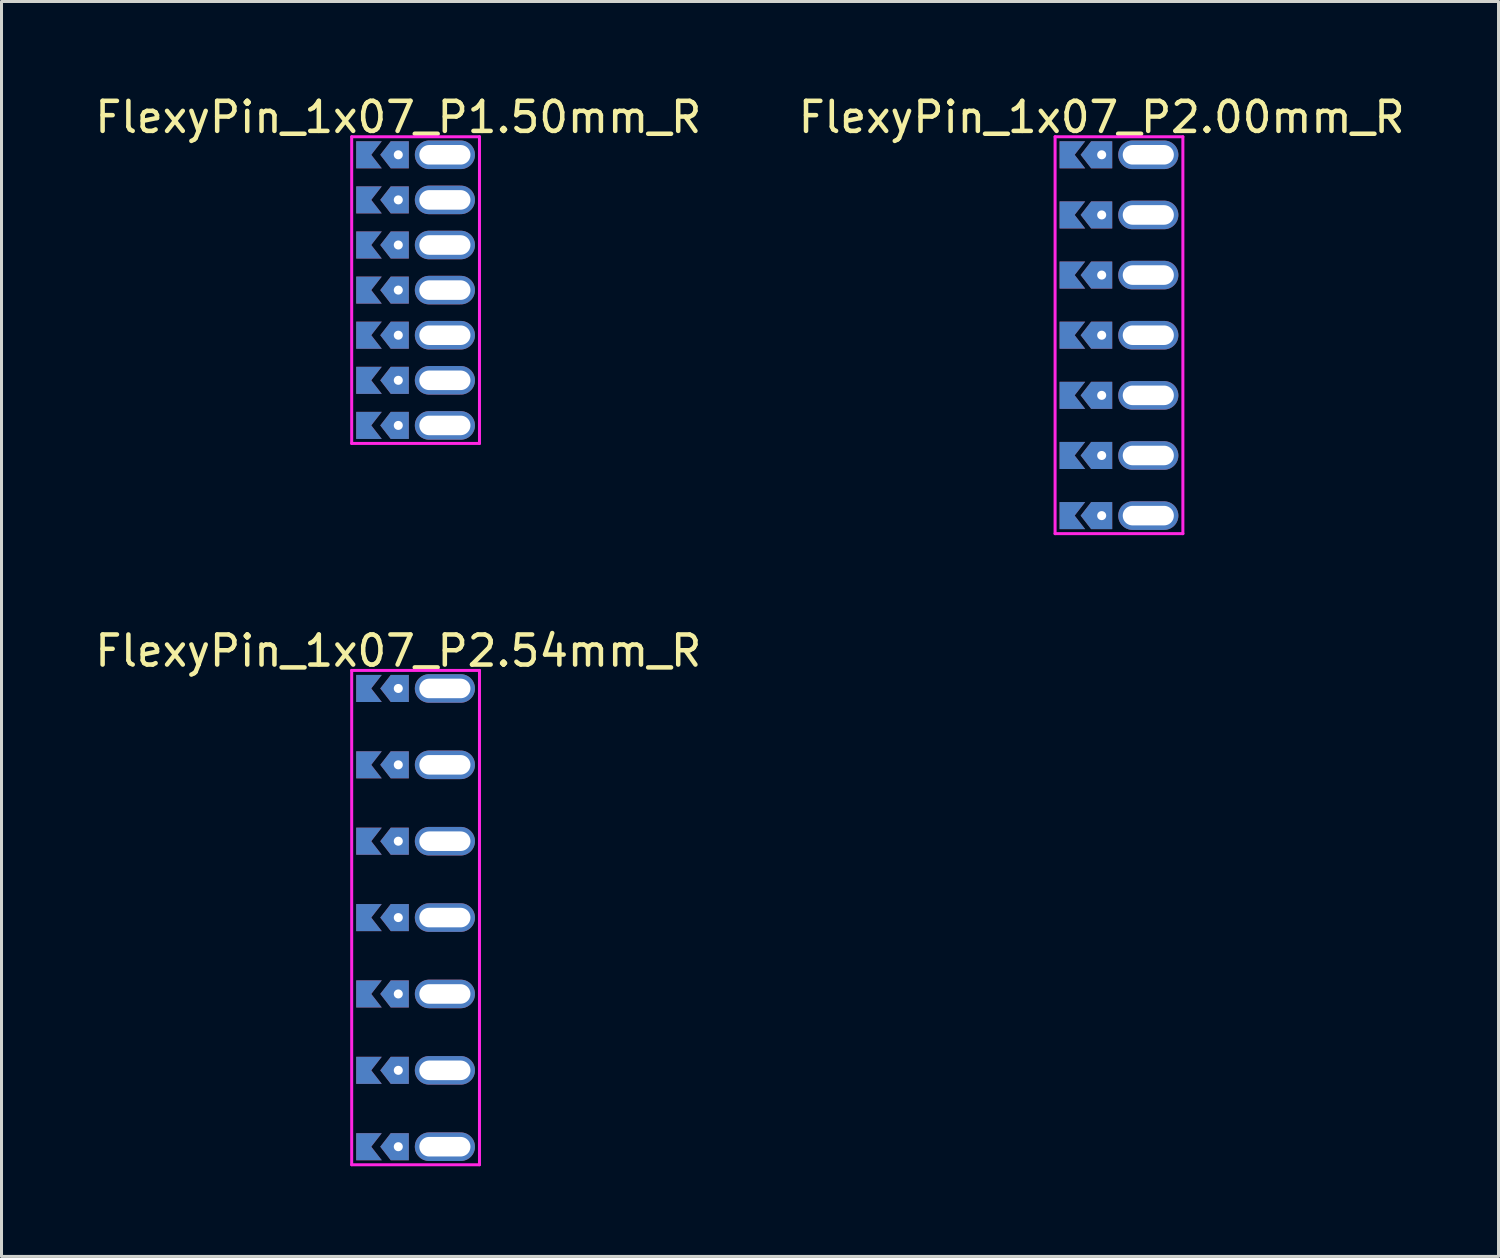
<source format=kicad_pcb>
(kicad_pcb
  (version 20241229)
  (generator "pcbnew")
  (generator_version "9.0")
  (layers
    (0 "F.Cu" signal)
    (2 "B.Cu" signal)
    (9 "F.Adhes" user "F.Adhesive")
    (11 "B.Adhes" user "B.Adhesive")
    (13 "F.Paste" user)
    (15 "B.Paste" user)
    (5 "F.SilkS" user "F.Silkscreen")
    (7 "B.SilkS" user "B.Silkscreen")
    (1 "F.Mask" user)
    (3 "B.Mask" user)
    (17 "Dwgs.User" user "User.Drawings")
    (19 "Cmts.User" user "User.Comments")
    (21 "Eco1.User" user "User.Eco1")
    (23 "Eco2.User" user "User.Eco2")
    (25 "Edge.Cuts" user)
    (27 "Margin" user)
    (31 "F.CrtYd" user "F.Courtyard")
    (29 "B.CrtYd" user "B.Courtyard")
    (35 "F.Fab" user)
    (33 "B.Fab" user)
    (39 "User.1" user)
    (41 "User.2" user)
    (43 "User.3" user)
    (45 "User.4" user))
  (footprint "FlexyPin_1x07_P2.00mm_R"
    (layer "F.Cu")
    (at 33.589 2.098)
    (property "Reference" "FlexyPin_1x07_P2.00mm_R" (at 0 -1.25 0) (layer "F.SilkS") (effects (font (size 1 1) (thickness 0.15))))
    (attr through_hole)
    (fp_line (start -1.55 -0.6) (end 2.7 -0.6) (stroke (width 0.1) (type solid)) (layer "F.CrtYd"))
    (fp_line (start -1.55 12.6) (end -1.55 -0.6) (stroke (width 0.1) (type solid)) (layer "F.CrtYd"))
    (fp_line (start 2.7 -0.6) (end 2.7 12.6) (stroke (width 0.1) (type solid)) (layer "F.CrtYd"))
    (fp_line (start 2.7 12.6) (end -1.55 12.6) (stroke (width 0.1) (type solid)) (layer "F.CrtYd"))
    (pad "" thru_hole custom (at 0 0) (size 0.3 0.3) (drill 0.6) (layers "*.Cu" "*.Mask") (options (anchor rect)) (primitives (gr_poly (pts (xy 0.35 0.45) (xy 0.35 -0.45) (xy -0.35 -0.45) (xy -0.7 0) (xy -0.35 0.45)) (width 0) (fill yes))))
    (pad "" thru_hole custom (at 0 2) (size 0.3 0.3) (drill 0.6) (layers "*.Cu" "*.Mask") (options (anchor rect)) (primitives (gr_poly (pts (xy 0.35 0.45) (xy 0.35 -0.45) (xy -0.35 -0.45) (xy -0.7 0) (xy -0.35 0.45)) (width 0) (fill yes))))
    (pad "" thru_hole custom (at 0 4) (size 0.3 0.3) (drill 0.6) (layers "*.Cu" "*.Mask") (options (anchor rect)) (primitives (gr_poly (pts (xy 0.35 0.45) (xy 0.35 -0.45) (xy -0.35 -0.45) (xy -0.7 0) (xy -0.35 0.45)) (width 0) (fill yes))))
    (pad "" thru_hole custom (at 0 6) (size 0.3 0.3) (drill 0.6) (layers "*.Cu" "*.Mask") (options (anchor rect)) (primitives (gr_poly (pts (xy 0.35 0.45) (xy 0.35 -0.45) (xy -0.35 -0.45) (xy -0.7 0) (xy -0.35 0.45)) (width 0) (fill yes))))
    (pad "" thru_hole custom (at 0 8) (size 0.3 0.3) (drill 0.6) (layers "*.Cu" "*.Mask") (options (anchor rect)) (primitives (gr_poly (pts (xy 0.35 0.45) (xy 0.35 -0.45) (xy -0.35 -0.45) (xy -0.7 0) (xy -0.35 0.45)) (width 0) (fill yes))))
    (pad "" thru_hole custom (at 0 10) (size 0.3 0.3) (drill 0.6) (layers "*.Cu" "*.Mask") (options (anchor rect)) (primitives (gr_poly (pts (xy 0.35 0.45) (xy 0.35 -0.45) (xy -0.35 -0.45) (xy -0.7 0) (xy -0.35 0.45)) (width 0) (fill yes))))
    (pad "" thru_hole custom (at 0 12) (size 0.3 0.3) (drill 0.6) (layers "*.Cu" "*.Mask") (options (anchor rect)) (primitives (gr_poly (pts (xy 0.35 0.45) (xy 0.35 -0.45) (xy -0.35 -0.45) (xy -0.7 0) (xy -0.35 0.45)) (width 0) (fill yes))))
    (pad "" thru_hole oval (at 1.55 0) (size 2 0.95) (drill oval 1.7 0.65) (layers "*.Cu" "*.Mask"))
    (pad "" thru_hole oval (at 1.55 2) (size 2 0.95) (drill oval 1.7 0.65) (layers "*.Cu" "*.Mask"))
    (pad "" thru_hole oval (at 1.55 4) (size 2 0.95) (drill oval 1.7 0.65) (layers "*.Cu" "*.Mask"))
    (pad "" thru_hole oval (at 1.55 6) (size 2 0.95) (drill oval 1.7 0.65) (layers "*.Cu" "*.Mask"))
    (pad "" thru_hole oval (at 1.55 8) (size 2 0.95) (drill oval 1.7 0.65) (layers "*.Cu" "*.Mask"))
    (pad "" thru_hole oval (at 1.55 10) (size 2 0.95) (drill oval 1.7 0.65) (layers "*.Cu" "*.Mask"))
    (pad "" thru_hole oval (at 1.55 12) (size 2 0.95) (drill oval 1.7 0.65) (layers "*.Cu" "*.Mask"))
    (pad "1" smd custom (at -0.9 0) (size 0.01 0.01) (layers "F.Cu" "F.Mask") (options (anchor rect)) (primitives (gr_poly (pts (xy 0 0) (xy 0.35 0.45) (xy -0.5 0.45) (xy -0.5 -0.45) (xy 0.35 -0.45)) (width 0) (fill yes))))
    (pad "1" smd custom (at -0.9 2) (size 0.01 0.01) (layers "F.Cu" "F.Mask") (options (anchor rect)) (primitives (gr_poly (pts (xy 0 0) (xy 0.35 0.45) (xy -0.5 0.45) (xy -0.5 -0.45) (xy 0.35 -0.45)) (width 0) (fill yes))))
    (pad "1" smd custom (at -0.9 4) (size 0.01 0.01) (layers "F.Cu" "F.Mask") (options (anchor rect)) (primitives (gr_poly (pts (xy 0 0) (xy 0.35 0.45) (xy -0.5 0.45) (xy -0.5 -0.45) (xy 0.35 -0.45)) (width 0) (fill yes))))
    (pad "1" smd custom (at -0.9 6) (size 0.01 0.01) (layers "F.Cu" "F.Mask") (options (anchor rect)) (primitives (gr_poly (pts (xy 0 0) (xy 0.35 0.45) (xy -0.5 0.45) (xy -0.5 -0.45) (xy 0.35 -0.45)) (width 0) (fill yes))))
    (pad "1" smd custom (at -0.9 8) (size 0.01 0.01) (layers "F.Cu" "F.Mask") (options (anchor rect)) (primitives (gr_poly (pts (xy 0 0) (xy 0.35 0.45) (xy -0.5 0.45) (xy -0.5 -0.45) (xy 0.35 -0.45)) (width 0) (fill yes))))
    (pad "1" smd custom (at -0.9 10) (size 0.01 0.01) (layers "F.Cu" "F.Mask") (options (anchor rect)) (primitives (gr_poly (pts (xy 0 0) (xy 0.35 0.45) (xy -0.5 0.45) (xy -0.5 -0.45) (xy 0.35 -0.45)) (width 0) (fill yes))))
    (pad "1" smd custom (at -0.9 12) (size 0.01 0.01) (layers "F.Cu" "F.Mask") (options (anchor rect)) (primitives (gr_poly (pts (xy 0 0) (xy 0.35 0.45) (xy -0.5 0.45) (xy -0.5 -0.45) (xy 0.35 -0.45)) (width 0) (fill yes))))
    (pad "2" smd custom (at -0.9 0) (size 0.01 0.01) (layers "B.Cu" "B.Mask") (options (anchor rect)) (primitives (gr_poly (pts (xy 0 0) (xy 0.35 0.45) (xy -0.5 0.45) (xy -0.5 -0.45) (xy 0.35 -0.45)) (width 0) (fill yes))))
    (pad "2" smd custom (at -0.9 2) (size 0.01 0.01) (layers "B.Cu" "B.Mask") (options (anchor rect)) (primitives (gr_poly (pts (xy 0 0) (xy 0.35 0.45) (xy -0.5 0.45) (xy -0.5 -0.45) (xy 0.35 -0.45)) (width 0) (fill yes))))
    (pad "2" smd custom (at -0.9 4) (size 0.01 0.01) (layers "B.Cu" "B.Mask") (options (anchor rect)) (primitives (gr_poly (pts (xy 0 0) (xy 0.35 0.45) (xy -0.5 0.45) (xy -0.5 -0.45) (xy 0.35 -0.45)) (width 0) (fill yes))))
    (pad "2" smd custom (at -0.9 6) (size 0.01 0.01) (layers "B.Cu" "B.Mask") (options (anchor rect)) (primitives (gr_poly (pts (xy 0 0) (xy 0.35 0.45) (xy -0.5 0.45) (xy -0.5 -0.45) (xy 0.35 -0.45)) (width 0) (fill yes))))
    (pad "2" smd custom (at -0.9 8) (size 0.01 0.01) (layers "B.Cu" "B.Mask") (options (anchor rect)) (primitives (gr_poly (pts (xy 0 0) (xy 0.35 0.45) (xy -0.5 0.45) (xy -0.5 -0.45) (xy 0.35 -0.45)) (width 0) (fill yes))))
    (pad "2" smd custom (at -0.9 10) (size 0.01 0.01) (layers "B.Cu" "B.Mask") (options (anchor rect)) (primitives (gr_poly (pts (xy 0 0) (xy 0.35 0.45) (xy -0.5 0.45) (xy -0.5 -0.45) (xy 0.35 -0.45)) (width 0) (fill yes))))
    (pad "2" smd custom (at -0.9 12) (size 0.01 0.01) (layers "B.Cu" "B.Mask") (options (anchor rect)) (primitives (gr_poly (pts (xy 0 0) (xy 0.35 0.45) (xy -0.5 0.45) (xy -0.5 -0.45) (xy 0.35 -0.45)) (width 0) (fill yes)))))
  (footprint "FlexyPin_1x07_P1.50mm_R"
    (layer "F.Cu")
    (at 10.196 2.098)
    (property "Reference" "FlexyPin_1x07_P1.50mm_R" (at 0 -1.25 0) (layer "F.SilkS") (effects (font (size 1 1) (thickness 0.15))))
    (attr through_hole)
    (fp_line (start -1.55 -0.6) (end 2.7 -0.6) (stroke (width 0.1) (type solid)) (layer "F.CrtYd"))
    (fp_line (start -1.55 9.6) (end -1.55 -0.6) (stroke (width 0.1) (type solid)) (layer "F.CrtYd"))
    (fp_line (start 2.7 -0.6) (end 2.7 9.6) (stroke (width 0.1) (type solid)) (layer "F.CrtYd"))
    (fp_line (start 2.7 9.6) (end -1.55 9.6) (stroke (width 0.1) (type solid)) (layer "F.CrtYd"))
    (pad "" thru_hole custom (at 0 0) (size 0.3 0.3) (drill 0.6) (layers "*.Cu" "*.Mask") (options (anchor rect)) (primitives (gr_poly (pts (xy 0.35 0.45) (xy 0.35 -0.45) (xy -0.25 -0.45) (xy -0.6 0) (xy -0.25 0.45)) (width 0) (fill yes))))
    (pad "" thru_hole custom (at 0 1.5) (size 0.3 0.3) (drill 0.6) (layers "*.Cu" "*.Mask") (options (anchor rect)) (primitives (gr_poly (pts (xy 0.35 0.45) (xy 0.35 -0.45) (xy -0.25 -0.45) (xy -0.6 0) (xy -0.25 0.45)) (width 0) (fill yes))))
    (pad "" thru_hole custom (at 0 3) (size 0.3 0.3) (drill 0.6) (layers "*.Cu" "*.Mask") (options (anchor rect)) (primitives (gr_poly (pts (xy 0.35 0.45) (xy 0.35 -0.45) (xy -0.25 -0.45) (xy -0.6 0) (xy -0.25 0.45)) (width 0) (fill yes))))
    (pad "" thru_hole custom (at 0 4.5) (size 0.3 0.3) (drill 0.6) (layers "*.Cu" "*.Mask") (options (anchor rect)) (primitives (gr_poly (pts (xy 0.35 0.45) (xy 0.35 -0.45) (xy -0.25 -0.45) (xy -0.6 0) (xy -0.25 0.45)) (width 0) (fill yes))))
    (pad "" thru_hole custom (at 0 6) (size 0.3 0.3) (drill 0.6) (layers "*.Cu" "*.Mask") (options (anchor rect)) (primitives (gr_poly (pts (xy 0.35 0.45) (xy 0.35 -0.45) (xy -0.25 -0.45) (xy -0.6 0) (xy -0.25 0.45)) (width 0) (fill yes))))
    (pad "" thru_hole custom (at 0 7.5) (size 0.3 0.3) (drill 0.6) (layers "*.Cu" "*.Mask") (options (anchor rect)) (primitives (gr_poly (pts (xy 0.35 0.45) (xy 0.35 -0.45) (xy -0.25 -0.45) (xy -0.6 0) (xy -0.25 0.45)) (width 0) (fill yes))))
    (pad "" thru_hole custom (at 0 9) (size 0.3 0.3) (drill 0.6) (layers "*.Cu" "*.Mask") (options (anchor rect)) (primitives (gr_poly (pts (xy 0.35 0.45) (xy 0.35 -0.45) (xy -0.25 -0.45) (xy -0.6 0) (xy -0.25 0.45)) (width 0) (fill yes))))
    (pad "" thru_hole oval (at 1.55 0) (size 2 0.95) (drill oval 1.7 0.65) (layers "*.Cu" "*.Mask"))
    (pad "" thru_hole oval (at 1.55 1.5) (size 2 0.95) (drill oval 1.7 0.65) (layers "*.Cu" "*.Mask"))
    (pad "" thru_hole oval (at 1.55 3) (size 2 0.95) (drill oval 1.7 0.65) (layers "*.Cu" "*.Mask"))
    (pad "" thru_hole oval (at 1.55 4.5) (size 2 0.95) (drill oval 1.7 0.65) (layers "*.Cu" "*.Mask"))
    (pad "" thru_hole oval (at 1.55 6) (size 2 0.95) (drill oval 1.7 0.65) (layers "*.Cu" "*.Mask"))
    (pad "" thru_hole oval (at 1.55 7.5) (size 2 0.95) (drill oval 1.7 0.65) (layers "*.Cu" "*.Mask"))
    (pad "" thru_hole oval (at 1.55 9) (size 2 0.95) (drill oval 1.7 0.65) (layers "*.Cu" "*.Mask"))
    (pad "1" smd custom (at -0.9 0) (size 0.01 0.01) (layers "F.Cu" "F.Mask") (options (anchor rect)) (primitives (gr_poly (pts (xy 0 0) (xy 0.35 0.45) (xy -0.5 0.45) (xy -0.5 -0.45) (xy 0.35 -0.45)) (width 0) (fill yes))))
    (pad "2" smd custom (at -0.9 1.5) (size 0.01 0.01) (layers "F.Cu" "F.Mask") (options (anchor rect)) (primitives (gr_poly (pts (xy 0 0) (xy 0.35 0.45) (xy -0.5 0.45) (xy -0.5 -0.45) (xy 0.35 -0.45)) (width 0) (fill yes))))
    (pad "3" smd custom (at -0.9 3) (size 0.01 0.01) (layers "F.Cu" "F.Mask") (options (anchor rect)) (primitives (gr_poly (pts (xy 0 0) (xy 0.35 0.45) (xy -0.5 0.45) (xy -0.5 -0.45) (xy 0.35 -0.45)) (width 0) (fill yes))))
    (pad "4" smd custom (at -0.9 4.5) (size 0.01 0.01) (layers "F.Cu" "F.Mask") (options (anchor rect)) (primitives (gr_poly (pts (xy 0 0) (xy 0.35 0.45) (xy -0.5 0.45) (xy -0.5 -0.45) (xy 0.35 -0.45)) (width 0) (fill yes))))
    (pad "5" smd custom (at -0.9 6) (size 0.01 0.01) (layers "F.Cu" "F.Mask") (options (anchor rect)) (primitives (gr_poly (pts (xy 0 0) (xy 0.35 0.45) (xy -0.5 0.45) (xy -0.5 -0.45) (xy 0.35 -0.45)) (width 0) (fill yes))))
    (pad "6" smd custom (at -0.9 7.5) (size 0.01 0.01) (layers "F.Cu" "F.Mask") (options (anchor rect)) (primitives (gr_poly (pts (xy 0 0) (xy 0.35 0.45) (xy -0.5 0.45) (xy -0.5 -0.45) (xy 0.35 -0.45)) (width 0) (fill yes))))
    (pad "7" smd custom (at -0.9 9) (size 0.01 0.01) (layers "F.Cu" "F.Mask") (options (anchor rect)) (primitives (gr_poly (pts (xy 0 0) (xy 0.35 0.45) (xy -0.5 0.45) (xy -0.5 -0.45) (xy 0.35 -0.45)) (width 0) (fill yes))))
    (pad "8" smd custom (at -0.9 0) (size 0.01 0.01) (layers "B.Cu" "B.Mask") (options (anchor rect)) (primitives (gr_poly (pts (xy 0 0) (xy 0.35 0.45) (xy -0.5 0.45) (xy -0.5 -0.45) (xy 0.35 -0.45)) (width 0) (fill yes))))
    (pad "9" smd custom (at -0.9 1.5) (size 0.01 0.01) (layers "B.Cu" "B.Mask") (options (anchor rect)) (primitives (gr_poly (pts (xy 0 0) (xy 0.35 0.45) (xy -0.5 0.45) (xy -0.5 -0.45) (xy 0.35 -0.45)) (width 0) (fill yes))))
    (pad "10" smd custom (at -0.9 3) (size 0.01 0.01) (layers "B.Cu" "B.Mask") (options (anchor rect)) (primitives (gr_poly (pts (xy 0 0) (xy 0.35 0.45) (xy -0.5 0.45) (xy -0.5 -0.45) (xy 0.35 -0.45)) (width 0) (fill yes))))
    (pad "11" smd custom (at -0.9 4.5) (size 0.01 0.01) (layers "B.Cu" "B.Mask") (options (anchor rect)) (primitives (gr_poly (pts (xy 0 0) (xy 0.35 0.45) (xy -0.5 0.45) (xy -0.5 -0.45) (xy 0.35 -0.45)) (width 0) (fill yes))))
    (pad "12" smd custom (at -0.9 6) (size 0.01 0.01) (layers "B.Cu" "B.Mask") (options (anchor rect)) (primitives (gr_poly (pts (xy 0 0) (xy 0.35 0.45) (xy -0.5 0.45) (xy -0.5 -0.45) (xy 0.35 -0.45)) (width 0) (fill yes))))
    (pad "13" smd custom (at -0.9 7.5) (size 0.01 0.01) (layers "B.Cu" "B.Mask") (options (anchor rect)) (primitives (gr_poly (pts (xy 0 0) (xy 0.35 0.45) (xy -0.5 0.45) (xy -0.5 -0.45) (xy 0.35 -0.45)) (width 0) (fill yes))))
    (pad "14" smd custom (at -0.9 9) (size 0.01 0.01) (layers "B.Cu" "B.Mask") (options (anchor rect)) (primitives (gr_poly (pts (xy 0 0) (xy 0.35 0.45) (xy -0.5 0.45) (xy -0.5 -0.45) (xy 0.35 -0.45)) (width 0) (fill yes)))))
  (footprint "FlexyPin_1x07_P2.54mm_R"
    (layer "F.Cu")
    (at 10.196 19.846)
    (property "Reference" "FlexyPin_1x07_P2.54mm_R" (at 0 -1.25 0) (layer "F.SilkS") (effects (font (size 1 1) (thickness 0.15))))
    (attr through_hole)
    (fp_line (start -1.55 -0.6) (end 2.7 -0.6) (stroke (width 0.1) (type solid)) (layer "F.CrtYd"))
    (fp_line (start -1.55 15.84) (end -1.55 -0.6) (stroke (width 0.1) (type solid)) (layer "F.CrtYd"))
    (fp_line (start 2.7 -0.6) (end 2.7 15.84) (stroke (width 0.1) (type solid)) (layer "F.CrtYd"))
    (fp_line (start 2.7 15.84) (end -1.55 15.84) (stroke (width 0.1) (type solid)) (layer "F.CrtYd"))
    (pad "" thru_hole custom (at 0 0) (size 0.3 0.3) (drill 0.6) (layers "*.Cu" "*.Mask") (options (anchor rect)) (primitives (gr_poly (pts (xy 0.35 0.45) (xy 0.35 -0.45) (xy -0.25 -0.45) (xy -0.6 0) (xy -0.25 0.45)) (width 0) (fill yes))))
    (pad "" thru_hole custom (at 0 2.54) (size 0.3 0.3) (drill 0.6) (layers "*.Cu" "*.Mask") (options (anchor rect)) (primitives (gr_poly (pts (xy 0.35 0.45) (xy 0.35 -0.45) (xy -0.25 -0.45) (xy -0.6 0) (xy -0.25 0.45)) (width 0) (fill yes))))
    (pad "" thru_hole custom (at 0 5.08) (size 0.3 0.3) (drill 0.6) (layers "*.Cu" "*.Mask") (options (anchor rect)) (primitives (gr_poly (pts (xy 0.35 0.45) (xy 0.35 -0.45) (xy -0.25 -0.45) (xy -0.6 0) (xy -0.25 0.45)) (width 0) (fill yes))))
    (pad "" thru_hole custom (at 0 7.62) (size 0.3 0.3) (drill 0.6) (layers "*.Cu" "*.Mask") (options (anchor rect)) (primitives (gr_poly (pts (xy 0.35 0.45) (xy 0.35 -0.45) (xy -0.25 -0.45) (xy -0.6 0) (xy -0.25 0.45)) (width 0) (fill yes))))
    (pad "" thru_hole custom (at 0 10.16) (size 0.3 0.3) (drill 0.6) (layers "*.Cu" "*.Mask") (options (anchor rect)) (primitives (gr_poly (pts (xy 0.35 0.45) (xy 0.35 -0.45) (xy -0.25 -0.45) (xy -0.6 0) (xy -0.25 0.45)) (width 0) (fill yes))))
    (pad "" thru_hole custom (at 0 12.7) (size 0.3 0.3) (drill 0.6) (layers "*.Cu" "*.Mask") (options (anchor rect)) (primitives (gr_poly (pts (xy 0.35 0.45) (xy 0.35 -0.45) (xy -0.25 -0.45) (xy -0.6 0) (xy -0.25 0.45)) (width 0) (fill yes))))
    (pad "" thru_hole custom (at 0 15.24) (size 0.3 0.3) (drill 0.6) (layers "*.Cu" "*.Mask") (options (anchor rect)) (primitives (gr_poly (pts (xy 0.35 0.45) (xy 0.35 -0.45) (xy -0.25 -0.45) (xy -0.6 0) (xy -0.25 0.45)) (width 0) (fill yes))))
    (pad "" thru_hole oval (at 1.55 0) (size 2 0.95) (drill oval 1.7 0.65) (layers "*.Cu" "*.Mask"))
    (pad "" thru_hole oval (at 1.55 2.54) (size 2 0.95) (drill oval 1.7 0.65) (layers "*.Cu" "*.Mask"))
    (pad "" thru_hole oval (at 1.55 5.08) (size 2 0.95) (drill oval 1.7 0.65) (layers "*.Cu" "*.Mask"))
    (pad "" thru_hole oval (at 1.55 7.62) (size 2 0.95) (drill oval 1.7 0.65) (layers "*.Cu" "*.Mask"))
    (pad "" thru_hole oval (at 1.55 10.16) (size 2 0.95) (drill oval 1.7 0.65) (layers "*.Cu" "*.Mask"))
    (pad "" thru_hole oval (at 1.55 12.7) (size 2 0.95) (drill oval 1.7 0.65) (layers "*.Cu" "*.Mask"))
    (pad "" thru_hole oval (at 1.55 15.24) (size 2 0.95) (drill oval 1.7 0.65) (layers "*.Cu" "*.Mask"))
    (pad "1" smd custom (at -0.9 0) (size 0.01 0.01) (layers "F.Cu" "F.Mask") (options (anchor rect)) (primitives (gr_poly (pts (xy 0 0) (xy 0.35 0.45) (xy -0.5 0.45) (xy -0.5 -0.45) (xy 0.35 -0.45)) (width 0) (fill yes))))
    (pad "2" smd custom (at -0.9 2.54) (size 0.01 0.01) (layers "F.Cu" "F.Mask") (options (anchor rect)) (primitives (gr_poly (pts (xy 0 0) (xy 0.35 0.45) (xy -0.5 0.45) (xy -0.5 -0.45) (xy 0.35 -0.45)) (width 0) (fill yes))))
    (pad "3" smd custom (at -0.9 5.08) (size 0.01 0.01) (layers "F.Cu" "F.Mask") (options (anchor rect)) (primitives (gr_poly (pts (xy 0 0) (xy 0.35 0.45) (xy -0.5 0.45) (xy -0.5 -0.45) (xy 0.35 -0.45)) (width 0) (fill yes))))
    (pad "4" smd custom (at -0.9 7.62) (size 0.01 0.01) (layers "F.Cu" "F.Mask") (options (anchor rect)) (primitives (gr_poly (pts (xy 0 0) (xy 0.35 0.45) (xy -0.5 0.45) (xy -0.5 -0.45) (xy 0.35 -0.45)) (width 0) (fill yes))))
    (pad "5" smd custom (at -0.9 10.16) (size 0.01 0.01) (layers "F.Cu" "F.Mask") (options (anchor rect)) (primitives (gr_poly (pts (xy 0 0) (xy 0.35 0.45) (xy -0.5 0.45) (xy -0.5 -0.45) (xy 0.35 -0.45)) (width 0) (fill yes))))
    (pad "6" smd custom (at -0.9 12.7) (size 0.01 0.01) (layers "F.Cu" "F.Mask") (options (anchor rect)) (primitives (gr_poly (pts (xy 0 0) (xy 0.35 0.45) (xy -0.5 0.45) (xy -0.5 -0.45) (xy 0.35 -0.45)) (width 0) (fill yes))))
    (pad "7" smd custom (at -0.9 15.24) (size 0.01 0.01) (layers "F.Cu" "F.Mask") (options (anchor rect)) (primitives (gr_poly (pts (xy 0 0) (xy 0.35 0.45) (xy -0.5 0.45) (xy -0.5 -0.45) (xy 0.35 -0.45)) (width 0) (fill yes))))
    (pad "8" smd custom (at -0.9 0) (size 0.01 0.01) (layers "B.Cu" "B.Mask") (options (anchor rect)) (primitives (gr_poly (pts (xy 0 0) (xy 0.35 0.45) (xy -0.5 0.45) (xy -0.5 -0.45) (xy 0.35 -0.45)) (width 0) (fill yes))))
    (pad "9" smd custom (at -0.9 2.54) (size 0.01 0.01) (layers "B.Cu" "B.Mask") (options (anchor rect)) (primitives (gr_poly (pts (xy 0 0) (xy 0.35 0.45) (xy -0.5 0.45) (xy -0.5 -0.45) (xy 0.35 -0.45)) (width 0) (fill yes))))
    (pad "10" smd custom (at -0.9 5.08) (size 0.01 0.01) (layers "B.Cu" "B.Mask") (options (anchor rect)) (primitives (gr_poly (pts (xy 0 0) (xy 0.35 0.45) (xy -0.5 0.45) (xy -0.5 -0.45) (xy 0.35 -0.45)) (width 0) (fill yes))))
    (pad "11" smd custom (at -0.9 7.62) (size 0.01 0.01) (layers "B.Cu" "B.Mask") (options (anchor rect)) (primitives (gr_poly (pts (xy 0 0) (xy 0.35 0.45) (xy -0.5 0.45) (xy -0.5 -0.45) (xy 0.35 -0.45)) (width 0) (fill yes))))
    (pad "12" smd custom (at -0.9 10.16) (size 0.01 0.01) (layers "B.Cu" "B.Mask") (options (anchor rect)) (primitives (gr_poly (pts (xy 0 0) (xy 0.35 0.45) (xy -0.5 0.45) (xy -0.5 -0.45) (xy 0.35 -0.45)) (width 0) (fill yes))))
    (pad "13" smd custom (at -0.9 12.7) (size 0.01 0.01) (layers "B.Cu" "B.Mask") (options (anchor rect)) (primitives (gr_poly (pts (xy 0 0) (xy 0.35 0.45) (xy -0.5 0.45) (xy -0.5 -0.45) (xy 0.35 -0.45)) (width 0) (fill yes))))
    (pad "14" smd custom (at -0.9 15.24) (size 0.01 0.01) (layers "B.Cu" "B.Mask") (options (anchor rect)) (primitives (gr_poly (pts (xy 0 0) (xy 0.35 0.45) (xy -0.5 0.45) (xy -0.5 -0.45) (xy 0.35 -0.45)) (width 0) (fill yes)))))
  (gr_rect
    (start -3 -3)
    (end 46.786 38.736)
    (stroke (width 0.1) (type default))
    (fill no)
    (layer "Edge.Cuts")))
</source>
